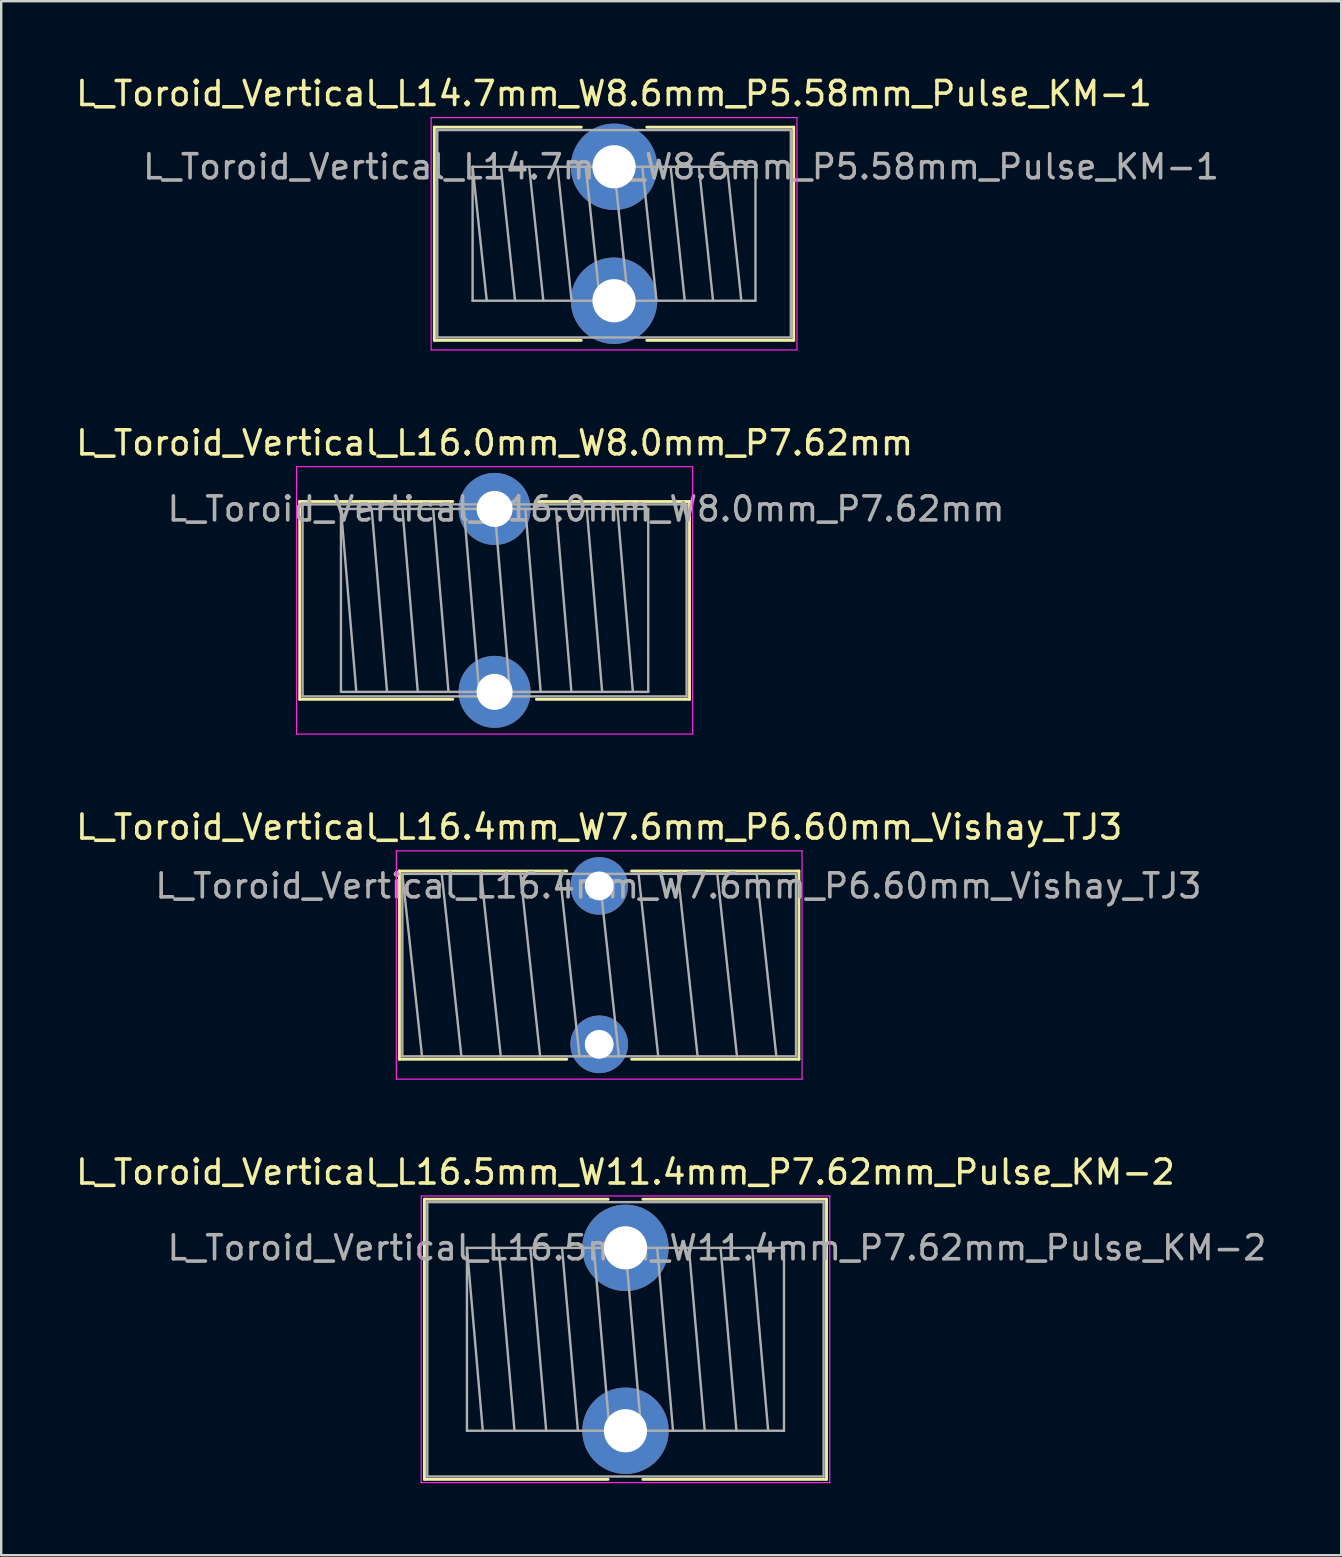
<source format=kicad_pcb>
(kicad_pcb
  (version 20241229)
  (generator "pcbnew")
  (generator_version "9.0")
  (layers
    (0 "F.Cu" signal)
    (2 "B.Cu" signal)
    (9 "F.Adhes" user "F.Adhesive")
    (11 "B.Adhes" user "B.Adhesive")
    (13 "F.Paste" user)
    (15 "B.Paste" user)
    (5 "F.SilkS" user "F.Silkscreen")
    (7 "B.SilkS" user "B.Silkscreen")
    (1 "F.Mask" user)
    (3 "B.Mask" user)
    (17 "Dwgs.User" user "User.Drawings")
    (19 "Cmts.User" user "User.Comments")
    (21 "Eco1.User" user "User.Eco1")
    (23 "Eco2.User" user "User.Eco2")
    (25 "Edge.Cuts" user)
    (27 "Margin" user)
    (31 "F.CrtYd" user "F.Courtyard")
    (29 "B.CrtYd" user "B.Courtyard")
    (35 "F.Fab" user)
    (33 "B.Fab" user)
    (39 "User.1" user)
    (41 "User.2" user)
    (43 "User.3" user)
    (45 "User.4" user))
  (footprint "L_Toroid_Vertical_L16.0mm_W8.0mm_P7.62mm"
    (layer "F.Cu")
    (at 17.554 18.151)
    (property "Reference" "L_Toroid_Vertical_L16.0mm_W8.0mm_P7.62mm" (at 0 -2.75 0) (layer "F.SilkS") (effects (font (size 1 1) (thickness 0.15))))
    (attr through_hole)
    (fp_line (start -8.12 -0.31) (end -8.12 7.93) (stroke (width 0.12) (type solid)) (layer "F.SilkS"))
    (fp_line (start -8.12 -0.31) (end -1.742 -0.31) (stroke (width 0.12) (type solid)) (layer "F.SilkS"))
    (fp_line (start -8.12 7.93) (end -1.742 7.93) (stroke (width 0.12) (type solid)) (layer "F.SilkS"))
    (fp_line (start 1.742 -0.31) (end 8.12 -0.31) (stroke (width 0.12) (type solid)) (layer "F.SilkS"))
    (fp_line (start 1.742 7.93) (end 8.12 7.93) (stroke (width 0.12) (type solid)) (layer "F.SilkS"))
    (fp_line (start 8.12 -0.31) (end 8.12 7.93) (stroke (width 0.12) (type solid)) (layer "F.SilkS"))
    (fp_line (start -8.25 -1.76) (end -8.25 9.38) (stroke (width 0.05) (type solid)) (layer "F.CrtYd"))
    (fp_line (start -8.25 9.38) (end 8.25 9.38) (stroke (width 0.05) (type solid)) (layer "F.CrtYd"))
    (fp_line (start 8.25 -1.76) (end -8.25 -1.76) (stroke (width 0.05) (type solid)) (layer "F.CrtYd"))
    (fp_line (start 8.25 9.38) (end 8.25 -1.76) (stroke (width 0.05) (type solid)) (layer "F.CrtYd"))
    (fp_line (start -8 -0.19) (end -8 7.81) (stroke (width 0.1) (type solid)) (layer "F.Fab"))
    (fp_line (start -8 7.81) (end 8 7.81) (stroke (width 0.1) (type solid)) (layer "F.Fab"))
    (fp_line (start -6.4 0) (end -6.4 7.62) (stroke (width 0.1) (type solid)) (layer "F.Fab"))
    (fp_line (start -6.4 0) (end -5.76 7.62) (stroke (width 0.1) (type solid)) (layer "F.Fab"))
    (fp_line (start -6.4 7.62) (end 6.4 7.62) (stroke (width 0.1) (type solid)) (layer "F.Fab"))
    (fp_line (start -5.12 0) (end -4.48 7.62) (stroke (width 0.1) (type solid)) (layer "F.Fab"))
    (fp_line (start -3.84 0) (end -3.2 7.62) (stroke (width 0.1) (type solid)) (layer "F.Fab"))
    (fp_line (start -2.56 0) (end -1.92 7.62) (stroke (width 0.1) (type solid)) (layer "F.Fab"))
    (fp_line (start -1.28 0) (end -0.64 7.62) (stroke (width 0.1) (type solid)) (layer "F.Fab"))
    (fp_line (start 0 0) (end 0.64 7.62) (stroke (width 0.1) (type solid)) (layer "F.Fab"))
    (fp_line (start 1.28 0) (end 1.92 7.62) (stroke (width 0.1) (type solid)) (layer "F.Fab"))
    (fp_line (start 2.56 0) (end 3.2 7.62) (stroke (width 0.1) (type solid)) (layer "F.Fab"))
    (fp_line (start 3.84 0) (end 4.48 7.62) (stroke (width 0.1) (type solid)) (layer "F.Fab"))
    (fp_line (start 5.12 0) (end 5.76 7.62) (stroke (width 0.1) (type solid)) (layer "F.Fab"))
    (fp_line (start 6.4 0) (end -6.4 0) (stroke (width 0.1) (type solid)) (layer "F.Fab"))
    (fp_line (start 6.4 7.62) (end 6.4 0) (stroke (width 0.1) (type solid)) (layer "F.Fab"))
    (fp_line (start 8 -0.19) (end -8 -0.19) (stroke (width 0.1) (type solid)) (layer "F.Fab"))
    (fp_line (start 8 7.81) (end 8 -0.19) (stroke (width 0.1) (type solid)) (layer "F.Fab"))
    (fp_text user "${REFERENCE}" (at 3.81 0 0) (layer "F.Fab") (effects (font (size 1 1) (thickness 0.15))))
    (pad "1" thru_hole circle (at 0 0) (size 3 3) (drill 1.5) (layers "*.Cu" "*.Mask"))
    (pad "2" thru_hole circle (at 0 7.62) (size 3 3) (drill 1.5) (layers "*.Cu" "*.Mask")))
  (footprint "L_Toroid_Vertical_L16.5mm_W11.4mm_P7.62mm_Pulse_KM-2"
    (layer "F.Cu")
    (at 23.006 48.933)
    (property "Reference" "L_Toroid_Vertical_L16.5mm_W11.4mm_P7.62mm_Pulse_KM-2" (at 0 -3.155 0) (layer "F.SilkS") (effects (font (size 1 1) (thickness 0.15))))
    (attr through_hole)
    (fp_line (start -8.375 -2.025) (end -8.375 9.645) (stroke (width 0.12) (type solid)) (layer "F.SilkS"))
    (fp_line (start -8.375 -2.025) (end -0.725 -2.025) (stroke (width 0.12) (type solid)) (layer "F.SilkS"))
    (fp_line (start -8.375 9.645) (end -0.725 9.645) (stroke (width 0.12) (type solid)) (layer "F.SilkS"))
    (fp_line (start 0.725 -2.025) (end 8.375 -2.025) (stroke (width 0.12) (type solid)) (layer "F.SilkS"))
    (fp_line (start 0.725 9.645) (end 8.375 9.645) (stroke (width 0.12) (type solid)) (layer "F.SilkS"))
    (fp_line (start 8.375 -2.025) (end 8.375 9.645) (stroke (width 0.12) (type solid)) (layer "F.SilkS"))
    (fp_line (start -8.51 -2.16) (end -8.51 9.78) (stroke (width 0.05) (type solid)) (layer "F.CrtYd"))
    (fp_line (start -8.51 9.78) (end 8.51 9.78) (stroke (width 0.05) (type solid)) (layer "F.CrtYd"))
    (fp_line (start 8.51 -2.16) (end -8.51 -2.16) (stroke (width 0.05) (type solid)) (layer "F.CrtYd"))
    (fp_line (start 8.51 9.78) (end 8.51 -2.16) (stroke (width 0.05) (type solid)) (layer "F.CrtYd"))
    (fp_line (start -8.255 -1.905) (end -8.255 9.525) (stroke (width 0.1) (type solid)) (layer "F.Fab"))
    (fp_line (start -8.255 9.525) (end 8.255 9.525) (stroke (width 0.1) (type solid)) (layer "F.Fab"))
    (fp_line (start -6.604 0) (end -6.604 7.62) (stroke (width 0.1) (type solid)) (layer "F.Fab"))
    (fp_line (start -6.604 0) (end -5.944 7.62) (stroke (width 0.1) (type solid)) (layer "F.Fab"))
    (fp_line (start -6.604 7.62) (end 6.604 7.62) (stroke (width 0.1) (type solid)) (layer "F.Fab"))
    (fp_line (start -5.283 0) (end -4.623 7.62) (stroke (width 0.1) (type solid)) (layer "F.Fab"))
    (fp_line (start -3.962 0) (end -3.302 7.62) (stroke (width 0.1) (type solid)) (layer "F.Fab"))
    (fp_line (start -2.642 0) (end -1.981 7.62) (stroke (width 0.1) (type solid)) (layer "F.Fab"))
    (fp_line (start -1.321 0) (end -0.66 7.62) (stroke (width 0.1) (type solid)) (layer "F.Fab"))
    (fp_line (start 0 0) (end 0.66 7.62) (stroke (width 0.1) (type solid)) (layer "F.Fab"))
    (fp_line (start 1.321 0) (end 1.981 7.62) (stroke (width 0.1) (type solid)) (layer "F.Fab"))
    (fp_line (start 2.642 0) (end 3.302 7.62) (stroke (width 0.1) (type solid)) (layer "F.Fab"))
    (fp_line (start 3.962 0) (end 4.623 7.62) (stroke (width 0.1) (type solid)) (layer "F.Fab"))
    (fp_line (start 5.283 0) (end 5.944 7.62) (stroke (width 0.1) (type solid)) (layer "F.Fab"))
    (fp_line (start 6.604 0) (end -6.604 0) (stroke (width 0.1) (type solid)) (layer "F.Fab"))
    (fp_line (start 6.604 7.62) (end 6.604 0) (stroke (width 0.1) (type solid)) (layer "F.Fab"))
    (fp_line (start 8.255 -1.905) (end -8.255 -1.905) (stroke (width 0.1) (type solid)) (layer "F.Fab"))
    (fp_line (start 8.255 9.525) (end 8.255 -1.905) (stroke (width 0.1) (type solid)) (layer "F.Fab"))
    (fp_text user "${REFERENCE}" (at 3.81 0 0) (layer "F.Fab") (effects (font (size 1 1) (thickness 0.15))))
    (pad "1" thru_hole circle (at 0 0) (size 3.6 3.6) (drill 1.8) (layers "*.Cu" "*.Mask"))
    (pad "2" thru_hole circle (at 0 7.62) (size 3.6 3.6) (drill 1.8) (layers "*.Cu" "*.Mask")))
  (footprint "L_Toroid_Vertical_L14.7mm_W8.6mm_P5.58mm_Pulse_KM-1"
    (layer "F.Cu")
    (at 22.53 3.898)
    (property "Reference" "L_Toroid_Vertical_L14.7mm_W8.6mm_P5.58mm_Pulse_KM-1" (at 0 -3.05 0) (layer "F.SilkS") (effects (font (size 1 1) (thickness 0.15))))
    (attr through_hole)
    (fp_line (start -7.485 -1.65) (end -7.485 7.23) (stroke (width 0.12) (type solid)) (layer "F.SilkS"))
    (fp_line (start -7.485 -1.65) (end -1.365 -1.65) (stroke (width 0.12) (type solid)) (layer "F.SilkS"))
    (fp_line (start -7.485 7.23) (end -1.365 7.23) (stroke (width 0.12) (type solid)) (layer "F.SilkS"))
    (fp_line (start 1.365 -1.65) (end 7.485 -1.65) (stroke (width 0.12) (type solid)) (layer "F.SilkS"))
    (fp_line (start 1.365 7.23) (end 7.485 7.23) (stroke (width 0.12) (type solid)) (layer "F.SilkS"))
    (fp_line (start 7.485 -1.65) (end 7.485 7.23) (stroke (width 0.12) (type solid)) (layer "F.SilkS"))
    (fp_line (start -7.62 -2.05) (end -7.62 7.63) (stroke (width 0.05) (type solid)) (layer "F.CrtYd"))
    (fp_line (start -7.62 7.63) (end 7.62 7.63) (stroke (width 0.05) (type solid)) (layer "F.CrtYd"))
    (fp_line (start 7.62 -2.05) (end -7.62 -2.05) (stroke (width 0.05) (type solid)) (layer "F.CrtYd"))
    (fp_line (start 7.62 7.63) (end 7.62 -2.05) (stroke (width 0.05) (type solid)) (layer "F.CrtYd"))
    (fp_line (start -7.365 -1.53) (end -7.365 7.11) (stroke (width 0.1) (type solid)) (layer "F.Fab"))
    (fp_line (start -7.365 7.11) (end 7.365 7.11) (stroke (width 0.1) (type solid)) (layer "F.Fab"))
    (fp_line (start -5.892 0) (end -5.892 5.58) (stroke (width 0.1) (type solid)) (layer "F.Fab"))
    (fp_line (start -5.892 0) (end -5.303 5.58) (stroke (width 0.1) (type solid)) (layer "F.Fab"))
    (fp_line (start -5.892 5.58) (end 5.892 5.58) (stroke (width 0.1) (type solid)) (layer "F.Fab"))
    (fp_line (start -4.714 0) (end -4.124 5.58) (stroke (width 0.1) (type solid)) (layer "F.Fab"))
    (fp_line (start -3.535 0) (end -2.946 5.58) (stroke (width 0.1) (type solid)) (layer "F.Fab"))
    (fp_line (start -2.357 0) (end -1.768 5.58) (stroke (width 0.1) (type solid)) (layer "F.Fab"))
    (fp_line (start -1.178 0) (end -0.589 5.58) (stroke (width 0.1) (type solid)) (layer "F.Fab"))
    (fp_line (start 0 0) (end 0.589 5.58) (stroke (width 0.1) (type solid)) (layer "F.Fab"))
    (fp_line (start 1.178 0) (end 1.768 5.58) (stroke (width 0.1) (type solid)) (layer "F.Fab"))
    (fp_line (start 2.357 0) (end 2.946 5.58) (stroke (width 0.1) (type solid)) (layer "F.Fab"))
    (fp_line (start 3.535 0) (end 4.124 5.58) (stroke (width 0.1) (type solid)) (layer "F.Fab"))
    (fp_line (start 4.714 0) (end 5.303 5.58) (stroke (width 0.1) (type solid)) (layer "F.Fab"))
    (fp_line (start 5.892 0) (end -5.892 0) (stroke (width 0.1) (type solid)) (layer "F.Fab"))
    (fp_line (start 5.892 5.58) (end 5.892 0) (stroke (width 0.1) (type solid)) (layer "F.Fab"))
    (fp_line (start 7.365 -1.53) (end -7.365 -1.53) (stroke (width 0.1) (type solid)) (layer "F.Fab"))
    (fp_line (start 7.365 7.11) (end 7.365 -1.53) (stroke (width 0.1) (type solid)) (layer "F.Fab"))
    (fp_text user "${REFERENCE}" (at 2.79 0 0) (layer "F.Fab") (effects (font (size 1 1) (thickness 0.15))))
    (pad "1" thru_hole circle (at 0 0) (size 3.6 3.6) (drill 1.8) (layers "*.Cu" "*.Mask"))
    (pad "2" thru_hole circle (at 0 5.58) (size 3.6 3.6) (drill 1.8) (layers "*.Cu" "*.Mask")))
  (footprint "L_Toroid_Vertical_L16.4mm_W7.6mm_P6.60mm_Vishay_TJ3"
    (layer "F.Cu")
    (at 21.911 33.855)
    (property "Reference" "L_Toroid_Vertical_L16.4mm_W7.6mm_P6.60mm_Vishay_TJ3" (at 0 -2.45 0) (layer "F.SilkS") (effects (font (size 1 1) (thickness 0.15))))
    (attr through_hole)
    (fp_line (start -8.32 -0.62) (end -8.32 7.22) (stroke (width 0.12) (type solid)) (layer "F.SilkS"))
    (fp_line (start -8.32 -0.62) (end -1.35 -0.62) (stroke (width 0.12) (type solid)) (layer "F.SilkS"))
    (fp_line (start -8.32 7.22) (end -1.35 7.22) (stroke (width 0.12) (type solid)) (layer "F.SilkS"))
    (fp_line (start 1.35 -0.62) (end 8.32 -0.62) (stroke (width 0.12) (type solid)) (layer "F.SilkS"))
    (fp_line (start 1.35 7.22) (end 8.32 7.22) (stroke (width 0.12) (type solid)) (layer "F.SilkS"))
    (fp_line (start 8.32 -0.62) (end 8.32 7.22) (stroke (width 0.12) (type solid)) (layer "F.SilkS"))
    (fp_line (start -8.45 -1.46) (end -8.45 8.05) (stroke (width 0.05) (type solid)) (layer "F.CrtYd"))
    (fp_line (start -8.45 8.05) (end 8.45 8.05) (stroke (width 0.05) (type solid)) (layer "F.CrtYd"))
    (fp_line (start 8.45 -1.46) (end -8.45 -1.46) (stroke (width 0.05) (type solid)) (layer "F.CrtYd"))
    (fp_line (start 8.45 8.05) (end 8.45 -1.46) (stroke (width 0.05) (type solid)) (layer "F.CrtYd"))
    (fp_line (start -8.2 -0.5) (end -8.2 7.1) (stroke (width 0.1) (type solid)) (layer "F.Fab"))
    (fp_line (start -8.2 -0.5) (end -7.38 7.1) (stroke (width 0.1) (type solid)) (layer "F.Fab"))
    (fp_line (start -8.2 7.1) (end 8.2 7.1) (stroke (width 0.1) (type solid)) (layer "F.Fab"))
    (fp_line (start -6.56 -0.5) (end -5.74 7.1) (stroke (width 0.1) (type solid)) (layer "F.Fab"))
    (fp_line (start -4.92 -0.5) (end -4.1 7.1) (stroke (width 0.1) (type solid)) (layer "F.Fab"))
    (fp_line (start -3.28 -0.5) (end -2.46 7.1) (stroke (width 0.1) (type solid)) (layer "F.Fab"))
    (fp_line (start -1.64 -0.5) (end -0.82 7.1) (stroke (width 0.1) (type solid)) (layer "F.Fab"))
    (fp_line (start 0 -0.5) (end 0.82 7.1) (stroke (width 0.1) (type solid)) (layer "F.Fab"))
    (fp_line (start 1.64 -0.5) (end 2.46 7.1) (stroke (width 0.1) (type solid)) (layer "F.Fab"))
    (fp_line (start 3.28 -0.5) (end 4.1 7.1) (stroke (width 0.1) (type solid)) (layer "F.Fab"))
    (fp_line (start 4.92 -0.5) (end 5.74 7.1) (stroke (width 0.1) (type solid)) (layer "F.Fab"))
    (fp_line (start 6.56 -0.5) (end 7.38 7.1) (stroke (width 0.1) (type solid)) (layer "F.Fab"))
    (fp_line (start 8.2 -0.5) (end -8.2 -0.5) (stroke (width 0.1) (type solid)) (layer "F.Fab"))
    (fp_line (start 8.2 7.1) (end 8.2 -0.5) (stroke (width 0.1) (type solid)) (layer "F.Fab"))
    (fp_text user "${REFERENCE}" (at 3.3 0 0) (layer "F.Fab") (effects (font (size 1 1) (thickness 0.15))))
    (pad "1" thru_hole circle (at 0 0) (size 2.4 2.4) (drill 1.2) (layers "*.Cu" "*.Mask"))
    (pad "2" thru_hole circle (at 0 6.6) (size 2.4 2.4) (drill 1.2) (layers "*.Cu" "*.Mask")))
  (gr_rect
    (start -3 -3)
    (end 52.822 61.738)
    (stroke (width 0.1) (type default))
    (fill no)
    (layer "Edge.Cuts")))
</source>
